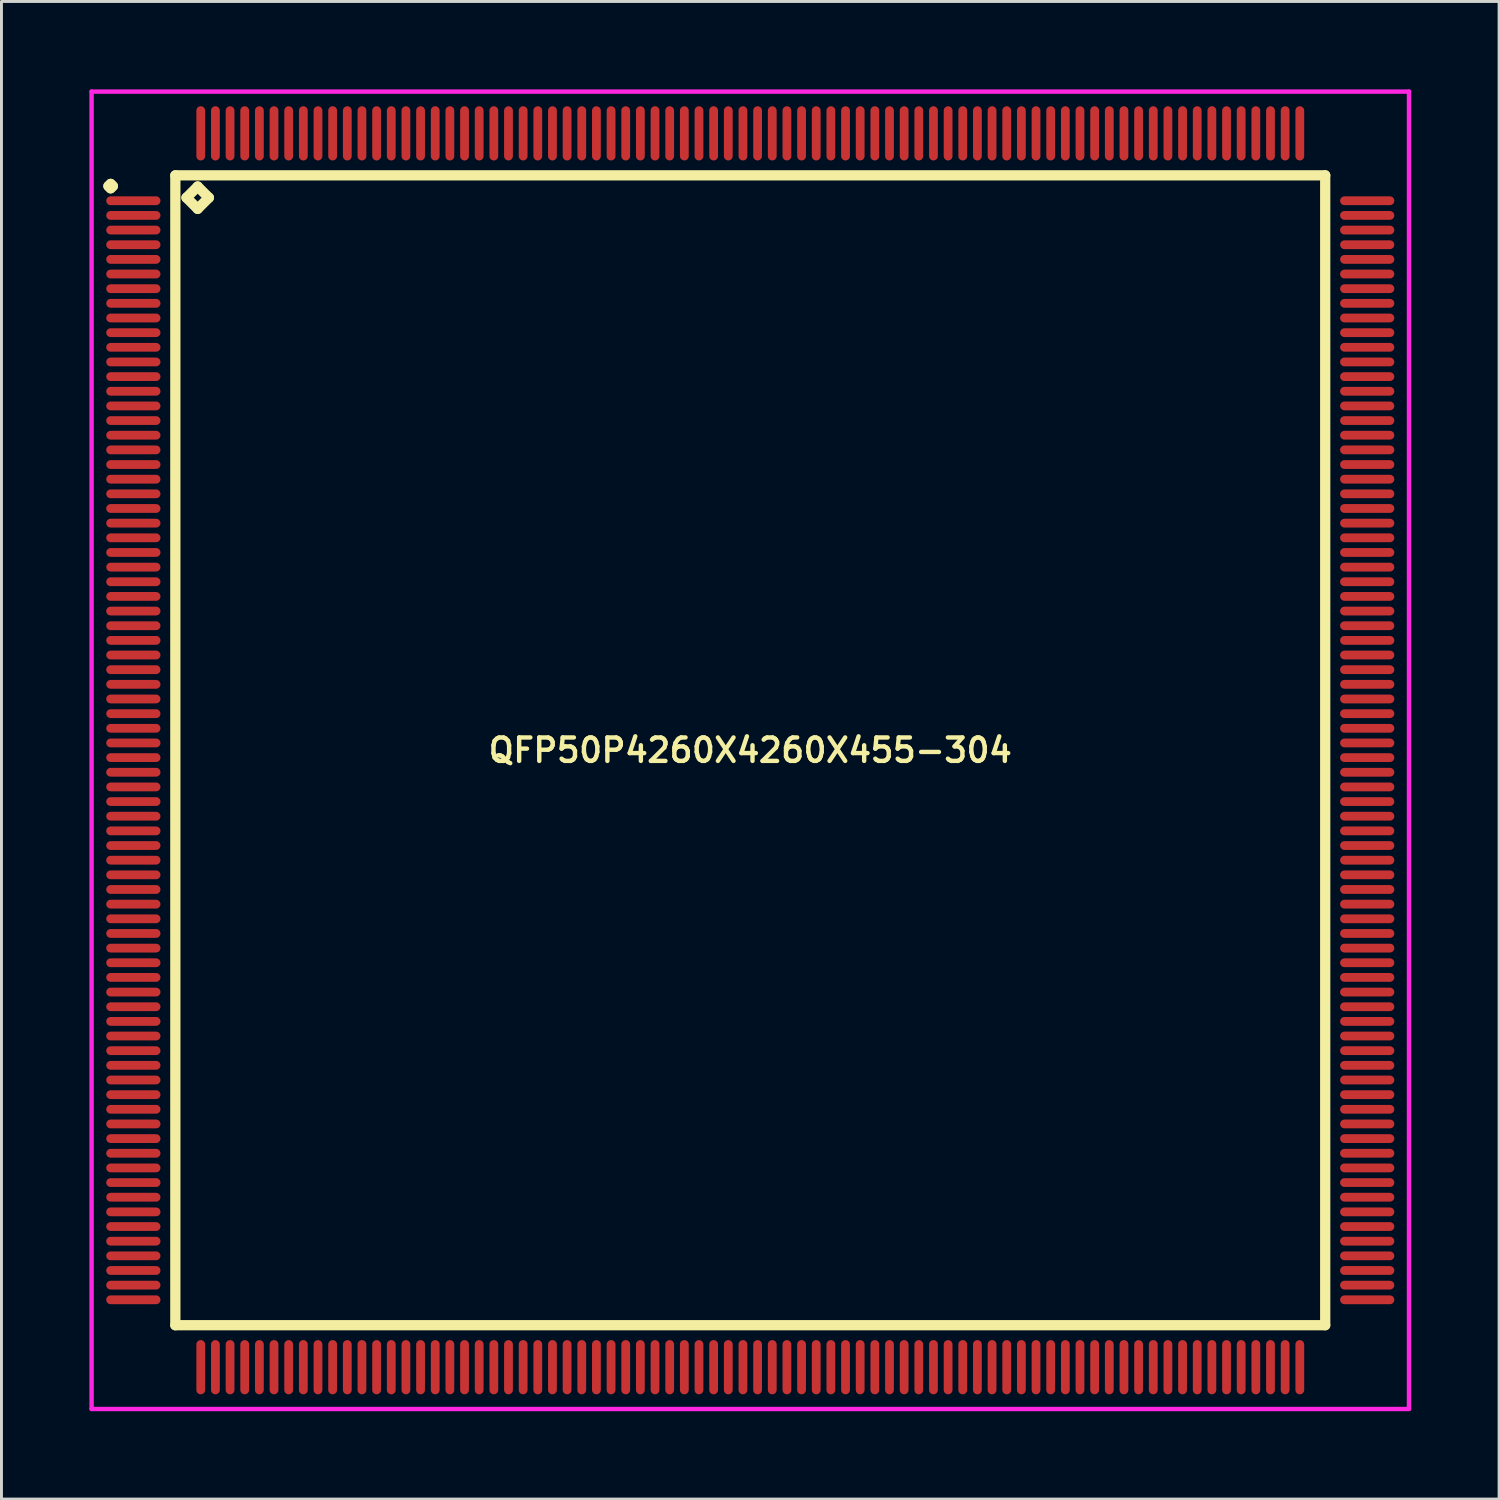
<source format=kicad_pcb>
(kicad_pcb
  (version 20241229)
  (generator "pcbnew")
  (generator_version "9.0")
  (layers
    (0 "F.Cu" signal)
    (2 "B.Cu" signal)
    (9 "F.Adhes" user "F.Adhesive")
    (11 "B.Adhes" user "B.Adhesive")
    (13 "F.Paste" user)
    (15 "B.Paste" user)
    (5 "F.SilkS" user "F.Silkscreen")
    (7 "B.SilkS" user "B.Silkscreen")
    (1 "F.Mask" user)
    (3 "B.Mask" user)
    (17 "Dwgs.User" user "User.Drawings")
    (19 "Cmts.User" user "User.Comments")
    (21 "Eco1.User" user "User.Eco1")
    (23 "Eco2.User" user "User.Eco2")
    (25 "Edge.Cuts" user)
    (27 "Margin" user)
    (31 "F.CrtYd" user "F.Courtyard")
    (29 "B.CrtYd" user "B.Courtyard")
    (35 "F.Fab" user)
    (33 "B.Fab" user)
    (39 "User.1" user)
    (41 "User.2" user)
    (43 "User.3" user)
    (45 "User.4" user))
  (footprint "QFP50P4260X4260X455-304"
    (layer "F.Cu")
    (at 22.55 22.55)
    (property "Reference" "QFP50P4260X4260X455-304" (at 0 0 0) (layer "F.SilkS") (effects (font (size 0.8 0.8) (thickness 0.15))))
    (attr smd)
    (fp_line (start -21.9 -19.25) (end -21.825 -19.325) (stroke (width 0.35) (type solid)) (layer "F.SilkS"))
    (fp_line (start -21.825 -19.325) (end -21.75 -19.25) (stroke (width 0.35) (type solid)) (layer "F.SilkS"))
    (fp_line (start -21.825 -19.175) (end -21.9 -19.25) (stroke (width 0.35) (type solid)) (layer "F.SilkS"))
    (fp_line (start -21.75 -19.25) (end -21.825 -19.175) (stroke (width 0.35) (type solid)) (layer "F.SilkS"))
    (fp_line (start -19.617 -19.617) (end -19.617 19.617) (stroke (width 0.35) (type solid)) (layer "F.SilkS"))
    (fp_line (start -19.617 19.617) (end 19.617 19.617) (stroke (width 0.35) (type solid)) (layer "F.SilkS"))
    (fp_line (start -19.236 -18.855) (end -18.855 -19.236) (stroke (width 0.35) (type solid)) (layer "F.SilkS"))
    (fp_line (start -18.855 -19.236) (end -18.474 -18.855) (stroke (width 0.35) (type solid)) (layer "F.SilkS"))
    (fp_line (start -18.855 -18.474) (end -19.236 -18.855) (stroke (width 0.35) (type solid)) (layer "F.SilkS"))
    (fp_line (start -18.474 -18.855) (end -18.855 -18.474) (stroke (width 0.35) (type solid)) (layer "F.SilkS"))
    (fp_line (start 19.617 -19.617) (end -19.617 -19.617) (stroke (width 0.35) (type solid)) (layer "F.SilkS"))
    (fp_line (start 19.617 19.617) (end 19.617 -19.617) (stroke (width 0.35) (type solid)) (layer "F.SilkS"))
    (fp_line (start -22.475 -22.475) (end 22.475 -22.475) (stroke (width 0.15) (type solid)) (layer "F.CrtYd"))
    (fp_line (start -22.475 22.475) (end -22.475 -22.475) (stroke (width 0.15) (type solid)) (layer "F.CrtYd"))
    (fp_line (start 22.475 -22.475) (end 22.475 22.475) (stroke (width 0.15) (type solid)) (layer "F.CrtYd"))
    (fp_line (start 22.475 22.475) (end -22.475 22.475) (stroke (width 0.15) (type solid)) (layer "F.CrtYd"))
    (pad "1" smd oval (at -21.05 -18.75) (size 1.85 0.3) (layers "F.Cu" "F.Mask" "F.Paste"))
    (pad "2" smd oval (at -21.05 -18.25) (size 1.85 0.3) (layers "F.Cu" "F.Mask" "F.Paste"))
    (pad "3" smd oval (at -21.05 -17.75) (size 1.85 0.3) (layers "F.Cu" "F.Mask" "F.Paste"))
    (pad "4" smd oval (at -21.05 -17.25) (size 1.85 0.3) (layers "F.Cu" "F.Mask" "F.Paste"))
    (pad "5" smd oval (at -21.05 -16.75) (size 1.85 0.3) (layers "F.Cu" "F.Mask" "F.Paste"))
    (pad "6" smd oval (at -21.05 -16.25) (size 1.85 0.3) (layers "F.Cu" "F.Mask" "F.Paste"))
    (pad "7" smd oval (at -21.05 -15.75) (size 1.85 0.3) (layers "F.Cu" "F.Mask" "F.Paste"))
    (pad "8" smd oval (at -21.05 -15.25) (size 1.85 0.3) (layers "F.Cu" "F.Mask" "F.Paste"))
    (pad "9" smd oval (at -21.05 -14.75) (size 1.85 0.3) (layers "F.Cu" "F.Mask" "F.Paste"))
    (pad "10" smd oval (at -21.05 -14.25) (size 1.85 0.3) (layers "F.Cu" "F.Mask" "F.Paste"))
    (pad "11" smd oval (at -21.05 -13.75) (size 1.85 0.3) (layers "F.Cu" "F.Mask" "F.Paste"))
    (pad "12" smd oval (at -21.05 -13.25) (size 1.85 0.3) (layers "F.Cu" "F.Mask" "F.Paste"))
    (pad "13" smd oval (at -21.05 -12.75) (size 1.85 0.3) (layers "F.Cu" "F.Mask" "F.Paste"))
    (pad "14" smd oval (at -21.05 -12.25) (size 1.85 0.3) (layers "F.Cu" "F.Mask" "F.Paste"))
    (pad "15" smd oval (at -21.05 -11.75) (size 1.85 0.3) (layers "F.Cu" "F.Mask" "F.Paste"))
    (pad "16" smd oval (at -21.05 -11.25) (size 1.85 0.3) (layers "F.Cu" "F.Mask" "F.Paste"))
    (pad "17" smd oval (at -21.05 -10.75) (size 1.85 0.3) (layers "F.Cu" "F.Mask" "F.Paste"))
    (pad "18" smd oval (at -21.05 -10.25) (size 1.85 0.3) (layers "F.Cu" "F.Mask" "F.Paste"))
    (pad "19" smd oval (at -21.05 -9.75) (size 1.85 0.3) (layers "F.Cu" "F.Mask" "F.Paste"))
    (pad "20" smd oval (at -21.05 -9.25) (size 1.85 0.3) (layers "F.Cu" "F.Mask" "F.Paste"))
    (pad "21" smd oval (at -21.05 -8.75) (size 1.85 0.3) (layers "F.Cu" "F.Mask" "F.Paste"))
    (pad "22" smd oval (at -21.05 -8.25) (size 1.85 0.3) (layers "F.Cu" "F.Mask" "F.Paste"))
    (pad "23" smd oval (at -21.05 -7.75) (size 1.85 0.3) (layers "F.Cu" "F.Mask" "F.Paste"))
    (pad "24" smd oval (at -21.05 -7.25) (size 1.85 0.3) (layers "F.Cu" "F.Mask" "F.Paste"))
    (pad "25" smd oval (at -21.05 -6.75) (size 1.85 0.3) (layers "F.Cu" "F.Mask" "F.Paste"))
    (pad "26" smd oval (at -21.05 -6.25) (size 1.85 0.3) (layers "F.Cu" "F.Mask" "F.Paste"))
    (pad "27" smd oval (at -21.05 -5.75) (size 1.85 0.3) (layers "F.Cu" "F.Mask" "F.Paste"))
    (pad "28" smd oval (at -21.05 -5.25) (size 1.85 0.3) (layers "F.Cu" "F.Mask" "F.Paste"))
    (pad "29" smd oval (at -21.05 -4.75) (size 1.85 0.3) (layers "F.Cu" "F.Mask" "F.Paste"))
    (pad "30" smd oval (at -21.05 -4.25) (size 1.85 0.3) (layers "F.Cu" "F.Mask" "F.Paste"))
    (pad "31" smd oval (at -21.05 -3.75) (size 1.85 0.3) (layers "F.Cu" "F.Mask" "F.Paste"))
    (pad "32" smd oval (at -21.05 -3.25) (size 1.85 0.3) (layers "F.Cu" "F.Mask" "F.Paste"))
    (pad "33" smd oval (at -21.05 -2.75) (size 1.85 0.3) (layers "F.Cu" "F.Mask" "F.Paste"))
    (pad "34" smd oval (at -21.05 -2.25) (size 1.85 0.3) (layers "F.Cu" "F.Mask" "F.Paste"))
    (pad "35" smd oval (at -21.05 -1.75) (size 1.85 0.3) (layers "F.Cu" "F.Mask" "F.Paste"))
    (pad "36" smd oval (at -21.05 -1.25) (size 1.85 0.3) (layers "F.Cu" "F.Mask" "F.Paste"))
    (pad "37" smd oval (at -21.05 -0.75) (size 1.85 0.3) (layers "F.Cu" "F.Mask" "F.Paste"))
    (pad "38" smd oval (at -21.05 -0.25) (size 1.85 0.3) (layers "F.Cu" "F.Mask" "F.Paste"))
    (pad "39" smd oval (at -21.05 0.25) (size 1.85 0.3) (layers "F.Cu" "F.Mask" "F.Paste"))
    (pad "40" smd oval (at -21.05 0.75) (size 1.85 0.3) (layers "F.Cu" "F.Mask" "F.Paste"))
    (pad "41" smd oval (at -21.05 1.25) (size 1.85 0.3) (layers "F.Cu" "F.Mask" "F.Paste"))
    (pad "42" smd oval (at -21.05 1.75) (size 1.85 0.3) (layers "F.Cu" "F.Mask" "F.Paste"))
    (pad "43" smd oval (at -21.05 2.25) (size 1.85 0.3) (layers "F.Cu" "F.Mask" "F.Paste"))
    (pad "44" smd oval (at -21.05 2.75) (size 1.85 0.3) (layers "F.Cu" "F.Mask" "F.Paste"))
    (pad "45" smd oval (at -21.05 3.25) (size 1.85 0.3) (layers "F.Cu" "F.Mask" "F.Paste"))
    (pad "46" smd oval (at -21.05 3.75) (size 1.85 0.3) (layers "F.Cu" "F.Mask" "F.Paste"))
    (pad "47" smd oval (at -21.05 4.25) (size 1.85 0.3) (layers "F.Cu" "F.Mask" "F.Paste"))
    (pad "48" smd oval (at -21.05 4.75) (size 1.85 0.3) (layers "F.Cu" "F.Mask" "F.Paste"))
    (pad "49" smd oval (at -21.05 5.25) (size 1.85 0.3) (layers "F.Cu" "F.Mask" "F.Paste"))
    (pad "50" smd oval (at -21.05 5.75) (size 1.85 0.3) (layers "F.Cu" "F.Mask" "F.Paste"))
    (pad "51" smd oval (at -21.05 6.25) (size 1.85 0.3) (layers "F.Cu" "F.Mask" "F.Paste"))
    (pad "52" smd oval (at -21.05 6.75) (size 1.85 0.3) (layers "F.Cu" "F.Mask" "F.Paste"))
    (pad "53" smd oval (at -21.05 7.25) (size 1.85 0.3) (layers "F.Cu" "F.Mask" "F.Paste"))
    (pad "54" smd oval (at -21.05 7.75) (size 1.85 0.3) (layers "F.Cu" "F.Mask" "F.Paste"))
    (pad "55" smd oval (at -21.05 8.25) (size 1.85 0.3) (layers "F.Cu" "F.Mask" "F.Paste"))
    (pad "56" smd oval (at -21.05 8.75) (size 1.85 0.3) (layers "F.Cu" "F.Mask" "F.Paste"))
    (pad "57" smd oval (at -21.05 9.25) (size 1.85 0.3) (layers "F.Cu" "F.Mask" "F.Paste"))
    (pad "58" smd oval (at -21.05 9.75) (size 1.85 0.3) (layers "F.Cu" "F.Mask" "F.Paste"))
    (pad "59" smd oval (at -21.05 10.25) (size 1.85 0.3) (layers "F.Cu" "F.Mask" "F.Paste"))
    (pad "60" smd oval (at -21.05 10.75) (size 1.85 0.3) (layers "F.Cu" "F.Mask" "F.Paste"))
    (pad "61" smd oval (at -21.05 11.25) (size 1.85 0.3) (layers "F.Cu" "F.Mask" "F.Paste"))
    (pad "62" smd oval (at -21.05 11.75) (size 1.85 0.3) (layers "F.Cu" "F.Mask" "F.Paste"))
    (pad "63" smd oval (at -21.05 12.25) (size 1.85 0.3) (layers "F.Cu" "F.Mask" "F.Paste"))
    (pad "64" smd oval (at -21.05 12.75) (size 1.85 0.3) (layers "F.Cu" "F.Mask" "F.Paste"))
    (pad "65" smd oval (at -21.05 13.25) (size 1.85 0.3) (layers "F.Cu" "F.Mask" "F.Paste"))
    (pad "66" smd oval (at -21.05 13.75) (size 1.85 0.3) (layers "F.Cu" "F.Mask" "F.Paste"))
    (pad "67" smd oval (at -21.05 14.25) (size 1.85 0.3) (layers "F.Cu" "F.Mask" "F.Paste"))
    (pad "68" smd oval (at -21.05 14.75) (size 1.85 0.3) (layers "F.Cu" "F.Mask" "F.Paste"))
    (pad "69" smd oval (at -21.05 15.25) (size 1.85 0.3) (layers "F.Cu" "F.Mask" "F.Paste"))
    (pad "70" smd oval (at -21.05 15.75) (size 1.85 0.3) (layers "F.Cu" "F.Mask" "F.Paste"))
    (pad "71" smd oval (at -21.05 16.25) (size 1.85 0.3) (layers "F.Cu" "F.Mask" "F.Paste"))
    (pad "72" smd oval (at -21.05 16.75) (size 1.85 0.3) (layers "F.Cu" "F.Mask" "F.Paste"))
    (pad "73" smd oval (at -21.05 17.25) (size 1.85 0.3) (layers "F.Cu" "F.Mask" "F.Paste"))
    (pad "74" smd oval (at -21.05 17.75) (size 1.85 0.3) (layers "F.Cu" "F.Mask" "F.Paste"))
    (pad "75" smd oval (at -21.05 18.25) (size 1.85 0.3) (layers "F.Cu" "F.Mask" "F.Paste"))
    (pad "76" smd oval (at -21.05 18.75) (size 1.85 0.3) (layers "F.Cu" "F.Mask" "F.Paste"))
    (pad "77" smd oval (at -18.75 21.05) (size 0.3 1.85) (layers "F.Cu" "F.Mask" "F.Paste"))
    (pad "78" smd oval (at -18.25 21.05) (size 0.3 1.85) (layers "F.Cu" "F.Mask" "F.Paste"))
    (pad "79" smd oval (at -17.75 21.05) (size 0.3 1.85) (layers "F.Cu" "F.Mask" "F.Paste"))
    (pad "80" smd oval (at -17.25 21.05) (size 0.3 1.85) (layers "F.Cu" "F.Mask" "F.Paste"))
    (pad "81" smd oval (at -16.75 21.05) (size 0.3 1.85) (layers "F.Cu" "F.Mask" "F.Paste"))
    (pad "82" smd oval (at -16.25 21.05) (size 0.3 1.85) (layers "F.Cu" "F.Mask" "F.Paste"))
    (pad "83" smd oval (at -15.75 21.05) (size 0.3 1.85) (layers "F.Cu" "F.Mask" "F.Paste"))
    (pad "84" smd oval (at -15.25 21.05) (size 0.3 1.85) (layers "F.Cu" "F.Mask" "F.Paste"))
    (pad "85" smd oval (at -14.75 21.05) (size 0.3 1.85) (layers "F.Cu" "F.Mask" "F.Paste"))
    (pad "86" smd oval (at -14.25 21.05) (size 0.3 1.85) (layers "F.Cu" "F.Mask" "F.Paste"))
    (pad "87" smd oval (at -13.75 21.05) (size 0.3 1.85) (layers "F.Cu" "F.Mask" "F.Paste"))
    (pad "88" smd oval (at -13.25 21.05) (size 0.3 1.85) (layers "F.Cu" "F.Mask" "F.Paste"))
    (pad "89" smd oval (at -12.75 21.05) (size 0.3 1.85) (layers "F.Cu" "F.Mask" "F.Paste"))
    (pad "90" smd oval (at -12.25 21.05) (size 0.3 1.85) (layers "F.Cu" "F.Mask" "F.Paste"))
    (pad "91" smd oval (at -11.75 21.05) (size 0.3 1.85) (layers "F.Cu" "F.Mask" "F.Paste"))
    (pad "92" smd oval (at -11.25 21.05) (size 0.3 1.85) (layers "F.Cu" "F.Mask" "F.Paste"))
    (pad "93" smd oval (at -10.75 21.05) (size 0.3 1.85) (layers "F.Cu" "F.Mask" "F.Paste"))
    (pad "94" smd oval (at -10.25 21.05) (size 0.3 1.85) (layers "F.Cu" "F.Mask" "F.Paste"))
    (pad "95" smd oval (at -9.75 21.05) (size 0.3 1.85) (layers "F.Cu" "F.Mask" "F.Paste"))
    (pad "96" smd oval (at -9.25 21.05) (size 0.3 1.85) (layers "F.Cu" "F.Mask" "F.Paste"))
    (pad "97" smd oval (at -8.75 21.05) (size 0.3 1.85) (layers "F.Cu" "F.Mask" "F.Paste"))
    (pad "98" smd oval (at -8.25 21.05) (size 0.3 1.85) (layers "F.Cu" "F.Mask" "F.Paste"))
    (pad "99" smd oval (at -7.75 21.05) (size 0.3 1.85) (layers "F.Cu" "F.Mask" "F.Paste"))
    (pad "100" smd oval (at -7.25 21.05) (size 0.3 1.85) (layers "F.Cu" "F.Mask" "F.Paste"))
    (pad "101" smd oval (at -6.75 21.05) (size 0.3 1.85) (layers "F.Cu" "F.Mask" "F.Paste"))
    (pad "102" smd oval (at -6.25 21.05) (size 0.3 1.85) (layers "F.Cu" "F.Mask" "F.Paste"))
    (pad "103" smd oval (at -5.75 21.05) (size 0.3 1.85) (layers "F.Cu" "F.Mask" "F.Paste"))
    (pad "104" smd oval (at -5.25 21.05) (size 0.3 1.85) (layers "F.Cu" "F.Mask" "F.Paste"))
    (pad "105" smd oval (at -4.75 21.05) (size 0.3 1.85) (layers "F.Cu" "F.Mask" "F.Paste"))
    (pad "106" smd oval (at -4.25 21.05) (size 0.3 1.85) (layers "F.Cu" "F.Mask" "F.Paste"))
    (pad "107" smd oval (at -3.75 21.05) (size 0.3 1.85) (layers "F.Cu" "F.Mask" "F.Paste"))
    (pad "108" smd oval (at -3.25 21.05) (size 0.3 1.85) (layers "F.Cu" "F.Mask" "F.Paste"))
    (pad "109" smd oval (at -2.75 21.05) (size 0.3 1.85) (layers "F.Cu" "F.Mask" "F.Paste"))
    (pad "110" smd oval (at -2.25 21.05) (size 0.3 1.85) (layers "F.Cu" "F.Mask" "F.Paste"))
    (pad "111" smd oval (at -1.75 21.05) (size 0.3 1.85) (layers "F.Cu" "F.Mask" "F.Paste"))
    (pad "112" smd oval (at -1.25 21.05) (size 0.3 1.85) (layers "F.Cu" "F.Mask" "F.Paste"))
    (pad "113" smd oval (at -0.75 21.05) (size 0.3 1.85) (layers "F.Cu" "F.Mask" "F.Paste"))
    (pad "114" smd oval (at -0.25 21.05) (size 0.3 1.85) (layers "F.Cu" "F.Mask" "F.Paste"))
    (pad "115" smd oval (at 0.25 21.05) (size 0.3 1.85) (layers "F.Cu" "F.Mask" "F.Paste"))
    (pad "116" smd oval (at 0.75 21.05) (size 0.3 1.85) (layers "F.Cu" "F.Mask" "F.Paste"))
    (pad "117" smd oval (at 1.25 21.05) (size 0.3 1.85) (layers "F.Cu" "F.Mask" "F.Paste"))
    (pad "118" smd oval (at 1.75 21.05) (size 0.3 1.85) (layers "F.Cu" "F.Mask" "F.Paste"))
    (pad "119" smd oval (at 2.25 21.05) (size 0.3 1.85) (layers "F.Cu" "F.Mask" "F.Paste"))
    (pad "120" smd oval (at 2.75 21.05) (size 0.3 1.85) (layers "F.Cu" "F.Mask" "F.Paste"))
    (pad "121" smd oval (at 3.25 21.05) (size 0.3 1.85) (layers "F.Cu" "F.Mask" "F.Paste"))
    (pad "122" smd oval (at 3.75 21.05) (size 0.3 1.85) (layers "F.Cu" "F.Mask" "F.Paste"))
    (pad "123" smd oval (at 4.25 21.05) (size 0.3 1.85) (layers "F.Cu" "F.Mask" "F.Paste"))
    (pad "124" smd oval (at 4.75 21.05) (size 0.3 1.85) (layers "F.Cu" "F.Mask" "F.Paste"))
    (pad "125" smd oval (at 5.25 21.05) (size 0.3 1.85) (layers "F.Cu" "F.Mask" "F.Paste"))
    (pad "126" smd oval (at 5.75 21.05) (size 0.3 1.85) (layers "F.Cu" "F.Mask" "F.Paste"))
    (pad "127" smd oval (at 6.25 21.05) (size 0.3 1.85) (layers "F.Cu" "F.Mask" "F.Paste"))
    (pad "128" smd oval (at 6.75 21.05) (size 0.3 1.85) (layers "F.Cu" "F.Mask" "F.Paste"))
    (pad "129" smd oval (at 7.25 21.05) (size 0.3 1.85) (layers "F.Cu" "F.Mask" "F.Paste"))
    (pad "130" smd oval (at 7.75 21.05) (size 0.3 1.85) (layers "F.Cu" "F.Mask" "F.Paste"))
    (pad "131" smd oval (at 8.25 21.05) (size 0.3 1.85) (layers "F.Cu" "F.Mask" "F.Paste"))
    (pad "132" smd oval (at 8.75 21.05) (size 0.3 1.85) (layers "F.Cu" "F.Mask" "F.Paste"))
    (pad "133" smd oval (at 9.25 21.05) (size 0.3 1.85) (layers "F.Cu" "F.Mask" "F.Paste"))
    (pad "134" smd oval (at 9.75 21.05) (size 0.3 1.85) (layers "F.Cu" "F.Mask" "F.Paste"))
    (pad "135" smd oval (at 10.25 21.05) (size 0.3 1.85) (layers "F.Cu" "F.Mask" "F.Paste"))
    (pad "136" smd oval (at 10.75 21.05) (size 0.3 1.85) (layers "F.Cu" "F.Mask" "F.Paste"))
    (pad "137" smd oval (at 11.25 21.05) (size 0.3 1.85) (layers "F.Cu" "F.Mask" "F.Paste"))
    (pad "138" smd oval (at 11.75 21.05) (size 0.3 1.85) (layers "F.Cu" "F.Mask" "F.Paste"))
    (pad "139" smd oval (at 12.25 21.05) (size 0.3 1.85) (layers "F.Cu" "F.Mask" "F.Paste"))
    (pad "140" smd oval (at 12.75 21.05) (size 0.3 1.85) (layers "F.Cu" "F.Mask" "F.Paste"))
    (pad "141" smd oval (at 13.25 21.05) (size 0.3 1.85) (layers "F.Cu" "F.Mask" "F.Paste"))
    (pad "142" smd oval (at 13.75 21.05) (size 0.3 1.85) (layers "F.Cu" "F.Mask" "F.Paste"))
    (pad "143" smd oval (at 14.25 21.05) (size 0.3 1.85) (layers "F.Cu" "F.Mask" "F.Paste"))
    (pad "144" smd oval (at 14.75 21.05) (size 0.3 1.85) (layers "F.Cu" "F.Mask" "F.Paste"))
    (pad "145" smd oval (at 15.25 21.05) (size 0.3 1.85) (layers "F.Cu" "F.Mask" "F.Paste"))
    (pad "146" smd oval (at 15.75 21.05) (size 0.3 1.85) (layers "F.Cu" "F.Mask" "F.Paste"))
    (pad "147" smd oval (at 16.25 21.05) (size 0.3 1.85) (layers "F.Cu" "F.Mask" "F.Paste"))
    (pad "148" smd oval (at 16.75 21.05) (size 0.3 1.85) (layers "F.Cu" "F.Mask" "F.Paste"))
    (pad "149" smd oval (at 17.25 21.05) (size 0.3 1.85) (layers "F.Cu" "F.Mask" "F.Paste"))
    (pad "150" smd oval (at 17.75 21.05) (size 0.3 1.85) (layers "F.Cu" "F.Mask" "F.Paste"))
    (pad "151" smd oval (at 18.25 21.05) (size 0.3 1.85) (layers "F.Cu" "F.Mask" "F.Paste"))
    (pad "152" smd oval (at 18.75 21.05) (size 0.3 1.85) (layers "F.Cu" "F.Mask" "F.Paste"))
    (pad "153" smd oval (at 21.05 18.75) (size 1.85 0.3) (layers "F.Cu" "F.Mask" "F.Paste"))
    (pad "154" smd oval (at 21.05 18.25) (size 1.85 0.3) (layers "F.Cu" "F.Mask" "F.Paste"))
    (pad "155" smd oval (at 21.05 17.75) (size 1.85 0.3) (layers "F.Cu" "F.Mask" "F.Paste"))
    (pad "156" smd oval (at 21.05 17.25) (size 1.85 0.3) (layers "F.Cu" "F.Mask" "F.Paste"))
    (pad "157" smd oval (at 21.05 16.75) (size 1.85 0.3) (layers "F.Cu" "F.Mask" "F.Paste"))
    (pad "158" smd oval (at 21.05 16.25) (size 1.85 0.3) (layers "F.Cu" "F.Mask" "F.Paste"))
    (pad "159" smd oval (at 21.05 15.75) (size 1.85 0.3) (layers "F.Cu" "F.Mask" "F.Paste"))
    (pad "160" smd oval (at 21.05 15.25) (size 1.85 0.3) (layers "F.Cu" "F.Mask" "F.Paste"))
    (pad "161" smd oval (at 21.05 14.75) (size 1.85 0.3) (layers "F.Cu" "F.Mask" "F.Paste"))
    (pad "162" smd oval (at 21.05 14.25) (size 1.85 0.3) (layers "F.Cu" "F.Mask" "F.Paste"))
    (pad "163" smd oval (at 21.05 13.75) (size 1.85 0.3) (layers "F.Cu" "F.Mask" "F.Paste"))
    (pad "164" smd oval (at 21.05 13.25) (size 1.85 0.3) (layers "F.Cu" "F.Mask" "F.Paste"))
    (pad "165" smd oval (at 21.05 12.75) (size 1.85 0.3) (layers "F.Cu" "F.Mask" "F.Paste"))
    (pad "166" smd oval (at 21.05 12.25) (size 1.85 0.3) (layers "F.Cu" "F.Mask" "F.Paste"))
    (pad "167" smd oval (at 21.05 11.75) (size 1.85 0.3) (layers "F.Cu" "F.Mask" "F.Paste"))
    (pad "168" smd oval (at 21.05 11.25) (size 1.85 0.3) (layers "F.Cu" "F.Mask" "F.Paste"))
    (pad "169" smd oval (at 21.05 10.75) (size 1.85 0.3) (layers "F.Cu" "F.Mask" "F.Paste"))
    (pad "170" smd oval (at 21.05 10.25) (size 1.85 0.3) (layers "F.Cu" "F.Mask" "F.Paste"))
    (pad "171" smd oval (at 21.05 9.75) (size 1.85 0.3) (layers "F.Cu" "F.Mask" "F.Paste"))
    (pad "172" smd oval (at 21.05 9.25) (size 1.85 0.3) (layers "F.Cu" "F.Mask" "F.Paste"))
    (pad "173" smd oval (at 21.05 8.75) (size 1.85 0.3) (layers "F.Cu" "F.Mask" "F.Paste"))
    (pad "174" smd oval (at 21.05 8.25) (size 1.85 0.3) (layers "F.Cu" "F.Mask" "F.Paste"))
    (pad "175" smd oval (at 21.05 7.75) (size 1.85 0.3) (layers "F.Cu" "F.Mask" "F.Paste"))
    (pad "176" smd oval (at 21.05 7.25) (size 1.85 0.3) (layers "F.Cu" "F.Mask" "F.Paste"))
    (pad "177" smd oval (at 21.05 6.75) (size 1.85 0.3) (layers "F.Cu" "F.Mask" "F.Paste"))
    (pad "178" smd oval (at 21.05 6.25) (size 1.85 0.3) (layers "F.Cu" "F.Mask" "F.Paste"))
    (pad "179" smd oval (at 21.05 5.75) (size 1.85 0.3) (layers "F.Cu" "F.Mask" "F.Paste"))
    (pad "180" smd oval (at 21.05 5.25) (size 1.85 0.3) (layers "F.Cu" "F.Mask" "F.Paste"))
    (pad "181" smd oval (at 21.05 4.75) (size 1.85 0.3) (layers "F.Cu" "F.Mask" "F.Paste"))
    (pad "182" smd oval (at 21.05 4.25) (size 1.85 0.3) (layers "F.Cu" "F.Mask" "F.Paste"))
    (pad "183" smd oval (at 21.05 3.75) (size 1.85 0.3) (layers "F.Cu" "F.Mask" "F.Paste"))
    (pad "184" smd oval (at 21.05 3.25) (size 1.85 0.3) (layers "F.Cu" "F.Mask" "F.Paste"))
    (pad "185" smd oval (at 21.05 2.75) (size 1.85 0.3) (layers "F.Cu" "F.Mask" "F.Paste"))
    (pad "186" smd oval (at 21.05 2.25) (size 1.85 0.3) (layers "F.Cu" "F.Mask" "F.Paste"))
    (pad "187" smd oval (at 21.05 1.75) (size 1.85 0.3) (layers "F.Cu" "F.Mask" "F.Paste"))
    (pad "188" smd oval (at 21.05 1.25) (size 1.85 0.3) (layers "F.Cu" "F.Mask" "F.Paste"))
    (pad "189" smd oval (at 21.05 0.75) (size 1.85 0.3) (layers "F.Cu" "F.Mask" "F.Paste"))
    (pad "190" smd oval (at 21.05 0.25) (size 1.85 0.3) (layers "F.Cu" "F.Mask" "F.Paste"))
    (pad "191" smd oval (at 21.05 -0.25) (size 1.85 0.3) (layers "F.Cu" "F.Mask" "F.Paste"))
    (pad "192" smd oval (at 21.05 -0.75) (size 1.85 0.3) (layers "F.Cu" "F.Mask" "F.Paste"))
    (pad "193" smd oval (at 21.05 -1.25) (size 1.85 0.3) (layers "F.Cu" "F.Mask" "F.Paste"))
    (pad "194" smd oval (at 21.05 -1.75) (size 1.85 0.3) (layers "F.Cu" "F.Mask" "F.Paste"))
    (pad "195" smd oval (at 21.05 -2.25) (size 1.85 0.3) (layers "F.Cu" "F.Mask" "F.Paste"))
    (pad "196" smd oval (at 21.05 -2.75) (size 1.85 0.3) (layers "F.Cu" "F.Mask" "F.Paste"))
    (pad "197" smd oval (at 21.05 -3.25) (size 1.85 0.3) (layers "F.Cu" "F.Mask" "F.Paste"))
    (pad "198" smd oval (at 21.05 -3.75) (size 1.85 0.3) (layers "F.Cu" "F.Mask" "F.Paste"))
    (pad "199" smd oval (at 21.05 -4.25) (size 1.85 0.3) (layers "F.Cu" "F.Mask" "F.Paste"))
    (pad "200" smd oval (at 21.05 -4.75) (size 1.85 0.3) (layers "F.Cu" "F.Mask" "F.Paste"))
    (pad "201" smd oval (at 21.05 -5.25) (size 1.85 0.3) (layers "F.Cu" "F.Mask" "F.Paste"))
    (pad "202" smd oval (at 21.05 -5.75) (size 1.85 0.3) (layers "F.Cu" "F.Mask" "F.Paste"))
    (pad "203" smd oval (at 21.05 -6.25) (size 1.85 0.3) (layers "F.Cu" "F.Mask" "F.Paste"))
    (pad "204" smd oval (at 21.05 -6.75) (size 1.85 0.3) (layers "F.Cu" "F.Mask" "F.Paste"))
    (pad "205" smd oval (at 21.05 -7.25) (size 1.85 0.3) (layers "F.Cu" "F.Mask" "F.Paste"))
    (pad "206" smd oval (at 21.05 -7.75) (size 1.85 0.3) (layers "F.Cu" "F.Mask" "F.Paste"))
    (pad "207" smd oval (at 21.05 -8.25) (size 1.85 0.3) (layers "F.Cu" "F.Mask" "F.Paste"))
    (pad "208" smd oval (at 21.05 -8.75) (size 1.85 0.3) (layers "F.Cu" "F.Mask" "F.Paste"))
    (pad "209" smd oval (at 21.05 -9.25) (size 1.85 0.3) (layers "F.Cu" "F.Mask" "F.Paste"))
    (pad "210" smd oval (at 21.05 -9.75) (size 1.85 0.3) (layers "F.Cu" "F.Mask" "F.Paste"))
    (pad "211" smd oval (at 21.05 -10.25) (size 1.85 0.3) (layers "F.Cu" "F.Mask" "F.Paste"))
    (pad "212" smd oval (at 21.05 -10.75) (size 1.85 0.3) (layers "F.Cu" "F.Mask" "F.Paste"))
    (pad "213" smd oval (at 21.05 -11.25) (size 1.85 0.3) (layers "F.Cu" "F.Mask" "F.Paste"))
    (pad "214" smd oval (at 21.05 -11.75) (size 1.85 0.3) (layers "F.Cu" "F.Mask" "F.Paste"))
    (pad "215" smd oval (at 21.05 -12.25) (size 1.85 0.3) (layers "F.Cu" "F.Mask" "F.Paste"))
    (pad "216" smd oval (at 21.05 -12.75) (size 1.85 0.3) (layers "F.Cu" "F.Mask" "F.Paste"))
    (pad "217" smd oval (at 21.05 -13.25) (size 1.85 0.3) (layers "F.Cu" "F.Mask" "F.Paste"))
    (pad "218" smd oval (at 21.05 -13.75) (size 1.85 0.3) (layers "F.Cu" "F.Mask" "F.Paste"))
    (pad "219" smd oval (at 21.05 -14.25) (size 1.85 0.3) (layers "F.Cu" "F.Mask" "F.Paste"))
    (pad "220" smd oval (at 21.05 -14.75) (size 1.85 0.3) (layers "F.Cu" "F.Mask" "F.Paste"))
    (pad "221" smd oval (at 21.05 -15.25) (size 1.85 0.3) (layers "F.Cu" "F.Mask" "F.Paste"))
    (pad "222" smd oval (at 21.05 -15.75) (size 1.85 0.3) (layers "F.Cu" "F.Mask" "F.Paste"))
    (pad "223" smd oval (at 21.05 -16.25) (size 1.85 0.3) (layers "F.Cu" "F.Mask" "F.Paste"))
    (pad "224" smd oval (at 21.05 -16.75) (size 1.85 0.3) (layers "F.Cu" "F.Mask" "F.Paste"))
    (pad "225" smd oval (at 21.05 -17.25) (size 1.85 0.3) (layers "F.Cu" "F.Mask" "F.Paste"))
    (pad "226" smd oval (at 21.05 -17.75) (size 1.85 0.3) (layers "F.Cu" "F.Mask" "F.Paste"))
    (pad "227" smd oval (at 21.05 -18.25) (size 1.85 0.3) (layers "F.Cu" "F.Mask" "F.Paste"))
    (pad "228" smd oval (at 21.05 -18.75) (size 1.85 0.3) (layers "F.Cu" "F.Mask" "F.Paste"))
    (pad "229" smd oval (at 18.75 -21.05) (size 0.3 1.85) (layers "F.Cu" "F.Mask" "F.Paste"))
    (pad "230" smd oval (at 18.25 -21.05) (size 0.3 1.85) (layers "F.Cu" "F.Mask" "F.Paste"))
    (pad "231" smd oval (at 17.75 -21.05) (size 0.3 1.85) (layers "F.Cu" "F.Mask" "F.Paste"))
    (pad "232" smd oval (at 17.25 -21.05) (size 0.3 1.85) (layers "F.Cu" "F.Mask" "F.Paste"))
    (pad "233" smd oval (at 16.75 -21.05) (size 0.3 1.85) (layers "F.Cu" "F.Mask" "F.Paste"))
    (pad "234" smd oval (at 16.25 -21.05) (size 0.3 1.85) (layers "F.Cu" "F.Mask" "F.Paste"))
    (pad "235" smd oval (at 15.75 -21.05) (size 0.3 1.85) (layers "F.Cu" "F.Mask" "F.Paste"))
    (pad "236" smd oval (at 15.25 -21.05) (size 0.3 1.85) (layers "F.Cu" "F.Mask" "F.Paste"))
    (pad "237" smd oval (at 14.75 -21.05) (size 0.3 1.85) (layers "F.Cu" "F.Mask" "F.Paste"))
    (pad "238" smd oval (at 14.25 -21.05) (size 0.3 1.85) (layers "F.Cu" "F.Mask" "F.Paste"))
    (pad "239" smd oval (at 13.75 -21.05) (size 0.3 1.85) (layers "F.Cu" "F.Mask" "F.Paste"))
    (pad "240" smd oval (at 13.25 -21.05) (size 0.3 1.85) (layers "F.Cu" "F.Mask" "F.Paste"))
    (pad "241" smd oval (at 12.75 -21.05) (size 0.3 1.85) (layers "F.Cu" "F.Mask" "F.Paste"))
    (pad "242" smd oval (at 12.25 -21.05) (size 0.3 1.85) (layers "F.Cu" "F.Mask" "F.Paste"))
    (pad "243" smd oval (at 11.75 -21.05) (size 0.3 1.85) (layers "F.Cu" "F.Mask" "F.Paste"))
    (pad "244" smd oval (at 11.25 -21.05) (size 0.3 1.85) (layers "F.Cu" "F.Mask" "F.Paste"))
    (pad "245" smd oval (at 10.75 -21.05) (size 0.3 1.85) (layers "F.Cu" "F.Mask" "F.Paste"))
    (pad "246" smd oval (at 10.25 -21.05) (size 0.3 1.85) (layers "F.Cu" "F.Mask" "F.Paste"))
    (pad "247" smd oval (at 9.75 -21.05) (size 0.3 1.85) (layers "F.Cu" "F.Mask" "F.Paste"))
    (pad "248" smd oval (at 9.25 -21.05) (size 0.3 1.85) (layers "F.Cu" "F.Mask" "F.Paste"))
    (pad "249" smd oval (at 8.75 -21.05) (size 0.3 1.85) (layers "F.Cu" "F.Mask" "F.Paste"))
    (pad "250" smd oval (at 8.25 -21.05) (size 0.3 1.85) (layers "F.Cu" "F.Mask" "F.Paste"))
    (pad "251" smd oval (at 7.75 -21.05) (size 0.3 1.85) (layers "F.Cu" "F.Mask" "F.Paste"))
    (pad "252" smd oval (at 7.25 -21.05) (size 0.3 1.85) (layers "F.Cu" "F.Mask" "F.Paste"))
    (pad "253" smd oval (at 6.75 -21.05) (size 0.3 1.85) (layers "F.Cu" "F.Mask" "F.Paste"))
    (pad "254" smd oval (at 6.25 -21.05) (size 0.3 1.85) (layers "F.Cu" "F.Mask" "F.Paste"))
    (pad "255" smd oval (at 5.75 -21.05) (size 0.3 1.85) (layers "F.Cu" "F.Mask" "F.Paste"))
    (pad "256" smd oval (at 5.25 -21.05) (size 0.3 1.85) (layers "F.Cu" "F.Mask" "F.Paste"))
    (pad "257" smd oval (at 4.75 -21.05) (size 0.3 1.85) (layers "F.Cu" "F.Mask" "F.Paste"))
    (pad "258" smd oval (at 4.25 -21.05) (size 0.3 1.85) (layers "F.Cu" "F.Mask" "F.Paste"))
    (pad "259" smd oval (at 3.75 -21.05) (size 0.3 1.85) (layers "F.Cu" "F.Mask" "F.Paste"))
    (pad "260" smd oval (at 3.25 -21.05) (size 0.3 1.85) (layers "F.Cu" "F.Mask" "F.Paste"))
    (pad "261" smd oval (at 2.75 -21.05) (size 0.3 1.85) (layers "F.Cu" "F.Mask" "F.Paste"))
    (pad "262" smd oval (at 2.25 -21.05) (size 0.3 1.85) (layers "F.Cu" "F.Mask" "F.Paste"))
    (pad "263" smd oval (at 1.75 -21.05) (size 0.3 1.85) (layers "F.Cu" "F.Mask" "F.Paste"))
    (pad "264" smd oval (at 1.25 -21.05) (size 0.3 1.85) (layers "F.Cu" "F.Mask" "F.Paste"))
    (pad "265" smd oval (at 0.75 -21.05) (size 0.3 1.85) (layers "F.Cu" "F.Mask" "F.Paste"))
    (pad "266" smd oval (at 0.25 -21.05) (size 0.3 1.85) (layers "F.Cu" "F.Mask" "F.Paste"))
    (pad "267" smd oval (at -0.25 -21.05) (size 0.3 1.85) (layers "F.Cu" "F.Mask" "F.Paste"))
    (pad "268" smd oval (at -0.75 -21.05) (size 0.3 1.85) (layers "F.Cu" "F.Mask" "F.Paste"))
    (pad "269" smd oval (at -1.25 -21.05) (size 0.3 1.85) (layers "F.Cu" "F.Mask" "F.Paste"))
    (pad "270" smd oval (at -1.75 -21.05) (size 0.3 1.85) (layers "F.Cu" "F.Mask" "F.Paste"))
    (pad "271" smd oval (at -2.25 -21.05) (size 0.3 1.85) (layers "F.Cu" "F.Mask" "F.Paste"))
    (pad "272" smd oval (at -2.75 -21.05) (size 0.3 1.85) (layers "F.Cu" "F.Mask" "F.Paste"))
    (pad "273" smd oval (at -3.25 -21.05) (size 0.3 1.85) (layers "F.Cu" "F.Mask" "F.Paste"))
    (pad "274" smd oval (at -3.75 -21.05) (size 0.3 1.85) (layers "F.Cu" "F.Mask" "F.Paste"))
    (pad "275" smd oval (at -4.25 -21.05) (size 0.3 1.85) (layers "F.Cu" "F.Mask" "F.Paste"))
    (pad "276" smd oval (at -4.75 -21.05) (size 0.3 1.85) (layers "F.Cu" "F.Mask" "F.Paste"))
    (pad "277" smd oval (at -5.25 -21.05) (size 0.3 1.85) (layers "F.Cu" "F.Mask" "F.Paste"))
    (pad "278" smd oval (at -5.75 -21.05) (size 0.3 1.85) (layers "F.Cu" "F.Mask" "F.Paste"))
    (pad "279" smd oval (at -6.25 -21.05) (size 0.3 1.85) (layers "F.Cu" "F.Mask" "F.Paste"))
    (pad "280" smd oval (at -6.75 -21.05) (size 0.3 1.85) (layers "F.Cu" "F.Mask" "F.Paste"))
    (pad "281" smd oval (at -7.25 -21.05) (size 0.3 1.85) (layers "F.Cu" "F.Mask" "F.Paste"))
    (pad "282" smd oval (at -7.75 -21.05) (size 0.3 1.85) (layers "F.Cu" "F.Mask" "F.Paste"))
    (pad "283" smd oval (at -8.25 -21.05) (size 0.3 1.85) (layers "F.Cu" "F.Mask" "F.Paste"))
    (pad "284" smd oval (at -8.75 -21.05) (size 0.3 1.85) (layers "F.Cu" "F.Mask" "F.Paste"))
    (pad "285" smd oval (at -9.25 -21.05) (size 0.3 1.85) (layers "F.Cu" "F.Mask" "F.Paste"))
    (pad "286" smd oval (at -9.75 -21.05) (size 0.3 1.85) (layers "F.Cu" "F.Mask" "F.Paste"))
    (pad "287" smd oval (at -10.25 -21.05) (size 0.3 1.85) (layers "F.Cu" "F.Mask" "F.Paste"))
    (pad "288" smd oval (at -10.75 -21.05) (size 0.3 1.85) (layers "F.Cu" "F.Mask" "F.Paste"))
    (pad "289" smd oval (at -11.25 -21.05) (size 0.3 1.85) (layers "F.Cu" "F.Mask" "F.Paste"))
    (pad "290" smd oval (at -11.75 -21.05) (size 0.3 1.85) (layers "F.Cu" "F.Mask" "F.Paste"))
    (pad "291" smd oval (at -12.25 -21.05) (size 0.3 1.85) (layers "F.Cu" "F.Mask" "F.Paste"))
    (pad "292" smd oval (at -12.75 -21.05) (size 0.3 1.85) (layers "F.Cu" "F.Mask" "F.Paste"))
    (pad "293" smd oval (at -13.25 -21.05) (size 0.3 1.85) (layers "F.Cu" "F.Mask" "F.Paste"))
    (pad "294" smd oval (at -13.75 -21.05) (size 0.3 1.85) (layers "F.Cu" "F.Mask" "F.Paste"))
    (pad "295" smd oval (at -14.25 -21.05) (size 0.3 1.85) (layers "F.Cu" "F.Mask" "F.Paste"))
    (pad "296" smd oval (at -14.75 -21.05) (size 0.3 1.85) (layers "F.Cu" "F.Mask" "F.Paste"))
    (pad "297" smd oval (at -15.25 -21.05) (size 0.3 1.85) (layers "F.Cu" "F.Mask" "F.Paste"))
    (pad "298" smd oval (at -15.75 -21.05) (size 0.3 1.85) (layers "F.Cu" "F.Mask" "F.Paste"))
    (pad "299" smd oval (at -16.25 -21.05) (size 0.3 1.85) (layers "F.Cu" "F.Mask" "F.Paste"))
    (pad "300" smd oval (at -16.75 -21.05) (size 0.3 1.85) (layers "F.Cu" "F.Mask" "F.Paste"))
    (pad "301" smd oval (at -17.25 -21.05) (size 0.3 1.85) (layers "F.Cu" "F.Mask" "F.Paste"))
    (pad "302" smd oval (at -17.75 -21.05) (size 0.3 1.85) (layers "F.Cu" "F.Mask" "F.Paste"))
    (pad "303" smd oval (at -18.25 -21.05) (size 0.3 1.85) (layers "F.Cu" "F.Mask" "F.Paste"))
    (pad "304" smd oval (at -18.75 -21.05) (size 0.3 1.85) (layers "F.Cu" "F.Mask" "F.Paste")))
  (gr_rect
    (start -3 -3)
    (end 48.1 48.1)
    (stroke (width 0.1) (type default))
    (fill no)
    (layer "Edge.Cuts")))
</source>
